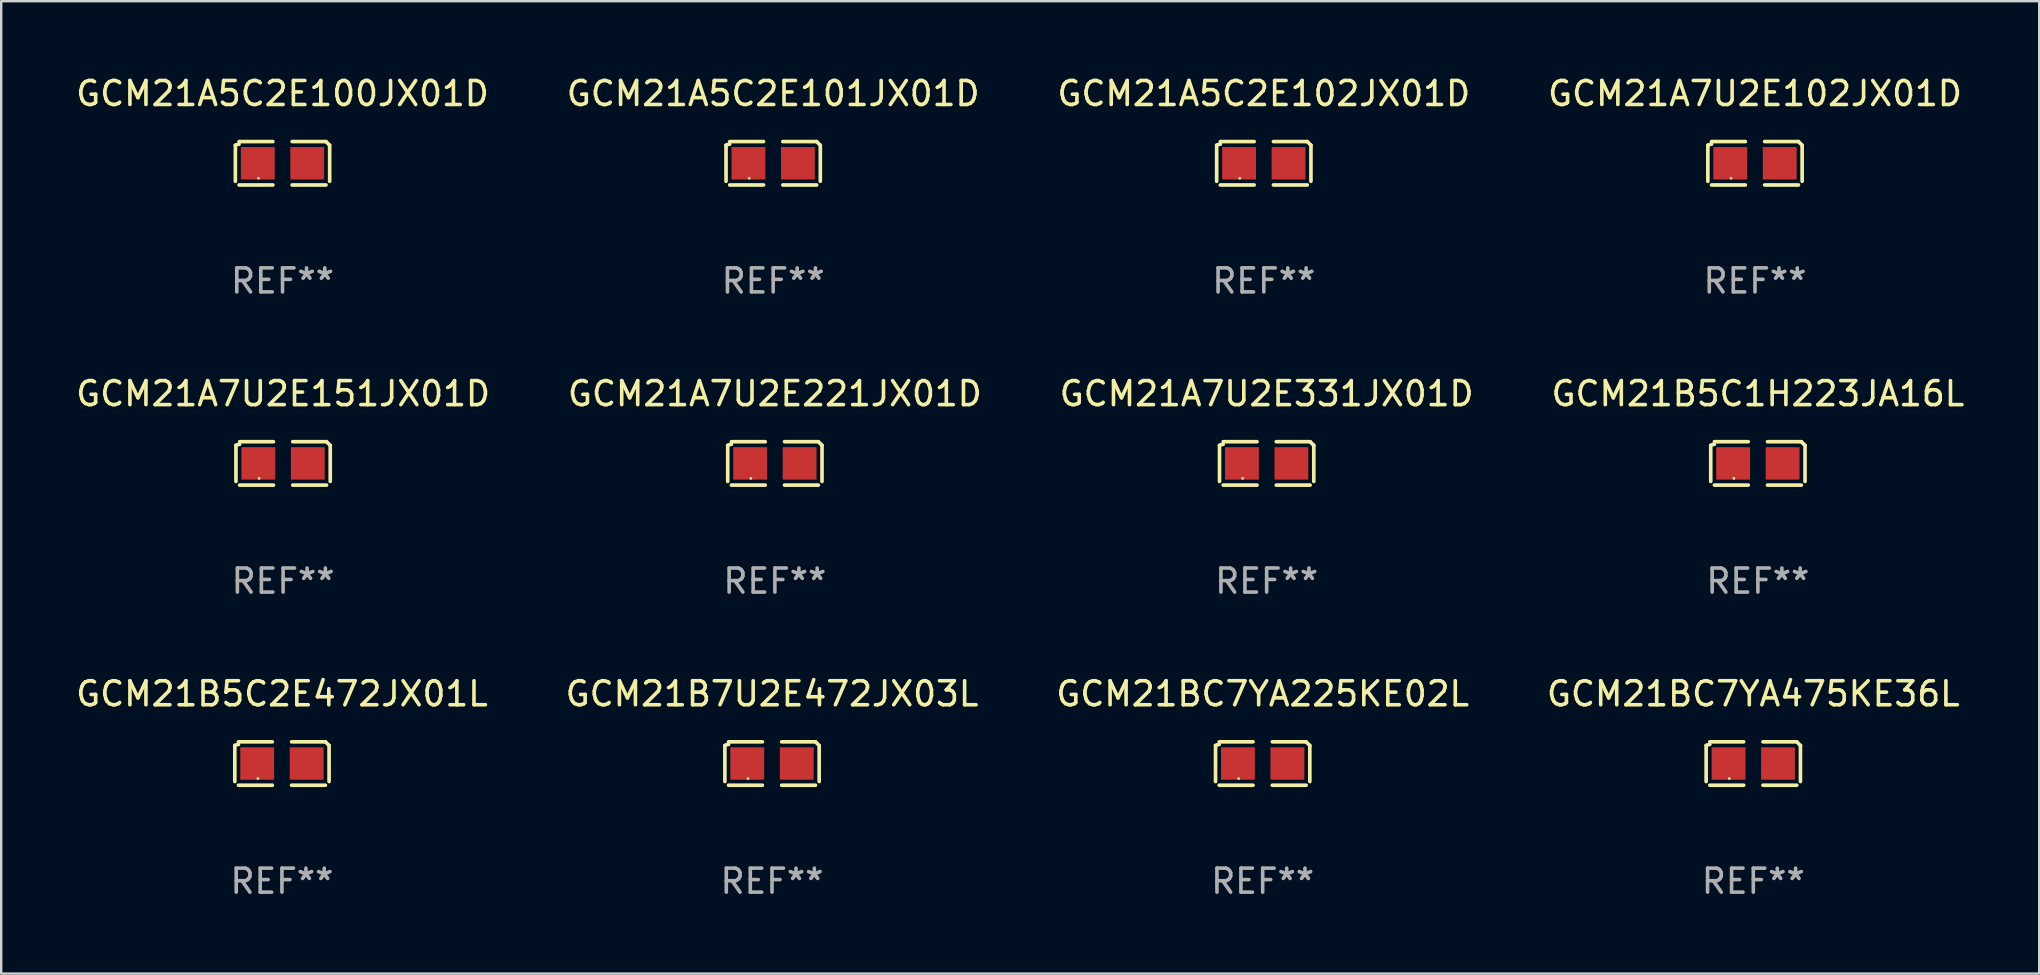
<source format=kicad_pcb>
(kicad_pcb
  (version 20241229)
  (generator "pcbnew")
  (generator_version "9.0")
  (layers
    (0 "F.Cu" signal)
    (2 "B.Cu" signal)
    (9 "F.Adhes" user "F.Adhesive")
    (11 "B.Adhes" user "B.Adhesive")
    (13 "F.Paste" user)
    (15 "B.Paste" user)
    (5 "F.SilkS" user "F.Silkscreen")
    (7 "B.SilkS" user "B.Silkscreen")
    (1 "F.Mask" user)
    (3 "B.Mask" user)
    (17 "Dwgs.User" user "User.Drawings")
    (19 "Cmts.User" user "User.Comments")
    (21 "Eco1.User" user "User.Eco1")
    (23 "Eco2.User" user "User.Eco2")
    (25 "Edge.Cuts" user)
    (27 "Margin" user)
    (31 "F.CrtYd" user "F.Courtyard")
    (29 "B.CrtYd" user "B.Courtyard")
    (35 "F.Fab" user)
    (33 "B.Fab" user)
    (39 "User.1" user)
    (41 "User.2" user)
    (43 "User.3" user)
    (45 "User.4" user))
  (footprint "GCM21B5C2E472JX01L"
    (layer "F.Cu")
    (at 8.696 28.759)
    (property "Reference" "GCM21B5C2E472JX01L" (at 0 -2.904 0) (layer "F.SilkS") (effects (font (size 1 1) (thickness 0.15))))
    (attr through_hole)
    (fp_line (start -1.964 0.751) (end -1.964 -0.751) (stroke (width 0.152) (type solid)) (layer "F.SilkS"))
    (fp_line (start -1.811 -0.904) (end -0.401 -0.904) (stroke (width 0.152) (type solid)) (layer "F.SilkS"))
    (fp_line (start -0.401 0.904) (end -1.811 0.904) (stroke (width 0.152) (type solid)) (layer "F.SilkS"))
    (fp_line (start 0.401 0.904) (end 1.811 0.904) (stroke (width 0.152) (type solid)) (layer "F.SilkS"))
    (fp_line (start 1.811 -0.904) (end 0.401 -0.904) (stroke (width 0.152) (type solid)) (layer "F.SilkS"))
    (fp_line (start 1.964 0.751) (end 1.964 -0.751) (stroke (width 0.152) (type solid)) (layer "F.SilkS"))
    (fp_arc (start -1.963602 -0.751207) (mid -1.890354 -0.783131) (end -1.811201 -0.794044) (stroke (width 0.1524) (type solid)) (layer "F.SilkS"))
    (fp_arc (start 1.811202 -0.903607) (mid 1.887413 -0.827418) (end 1.963602 -0.751207) (stroke (width 0.1524) (type solid)) (layer "F.SilkS"))
    (fp_circle (center -1 0.625) (end -0.97 0.625) (stroke (width 0.06) (type solid)) (fill no) (layer "F.SilkS"))
    (fp_text user "REF**" (at 0 4.904 0) (layer "F.Fab") (effects (font (size 1 1) (thickness 0.15))))
    (pad "1" smd rect (at -1.03 0) (size 1.41 1.35) (layers "F.Cu" "F.Mask" "F.Paste"))
    (pad "2" smd rect (at 1.03 0) (size 1.41 1.35) (layers "F.Cu" "F.Mask" "F.Paste")))
  (footprint "GCM21A5C2E101JX01D"
    (layer "F.Cu")
    (at 29.161 3.752)
    (property "Reference" "GCM21A5C2E101JX01D" (at 0 -2.904 0) (layer "F.SilkS") (effects (font (size 1 1) (thickness 0.15))))
    (attr through_hole)
    (fp_line (start -1.964 0.751) (end -1.964 -0.751) (stroke (width 0.152) (type solid)) (layer "F.SilkS"))
    (fp_line (start -1.811 -0.904) (end -0.401 -0.904) (stroke (width 0.152) (type solid)) (layer "F.SilkS"))
    (fp_line (start -0.401 0.904) (end -1.811 0.904) (stroke (width 0.152) (type solid)) (layer "F.SilkS"))
    (fp_line (start 0.401 0.904) (end 1.811 0.904) (stroke (width 0.152) (type solid)) (layer "F.SilkS"))
    (fp_line (start 1.811 -0.904) (end 0.401 -0.904) (stroke (width 0.152) (type solid)) (layer "F.SilkS"))
    (fp_line (start 1.964 0.751) (end 1.964 -0.751) (stroke (width 0.152) (type solid)) (layer "F.SilkS"))
    (fp_arc (start -1.963602 -0.751207) (mid -1.890354 -0.783131) (end -1.811201 -0.794044) (stroke (width 0.1524) (type solid)) (layer "F.SilkS"))
    (fp_arc (start 1.811202 -0.903607) (mid 1.887413 -0.827418) (end 1.963602 -0.751207) (stroke (width 0.1524) (type solid)) (layer "F.SilkS"))
    (fp_circle (center -1 0.625) (end -0.97 0.625) (stroke (width 0.06) (type solid)) (fill no) (layer "F.SilkS"))
    (fp_text user "REF**" (at 0 4.904 0) (layer "F.Fab") (effects (font (size 1 1) (thickness 0.15))))
    (pad "1" smd rect (at -1.03 0) (size 1.41 1.35) (layers "F.Cu" "F.Mask" "F.Paste"))
    (pad "2" smd rect (at 1.03 0) (size 1.41 1.35) (layers "F.Cu" "F.Mask" "F.Paste")))
  (footprint "GCM21BC7YA475KE36L"
    (layer "F.Cu")
    (at 69.994 28.759)
    (property "Reference" "GCM21BC7YA475KE36L" (at 0 -2.904 0) (layer "F.SilkS") (effects (font (size 1 1) (thickness 0.15))))
    (attr through_hole)
    (fp_line (start -1.964 0.751) (end -1.964 -0.751) (stroke (width 0.152) (type solid)) (layer "F.SilkS"))
    (fp_line (start -1.811 -0.904) (end -0.401 -0.904) (stroke (width 0.152) (type solid)) (layer "F.SilkS"))
    (fp_line (start -0.401 0.904) (end -1.811 0.904) (stroke (width 0.152) (type solid)) (layer "F.SilkS"))
    (fp_line (start 0.401 0.904) (end 1.811 0.904) (stroke (width 0.152) (type solid)) (layer "F.SilkS"))
    (fp_line (start 1.811 -0.904) (end 0.401 -0.904) (stroke (width 0.152) (type solid)) (layer "F.SilkS"))
    (fp_line (start 1.964 0.751) (end 1.964 -0.751) (stroke (width 0.152) (type solid)) (layer "F.SilkS"))
    (fp_arc (start -1.963602 -0.751207) (mid -1.890354 -0.783131) (end -1.811201 -0.794044) (stroke (width 0.1524) (type solid)) (layer "F.SilkS"))
    (fp_arc (start 1.811202 -0.903607) (mid 1.887413 -0.827418) (end 1.963602 -0.751207) (stroke (width 0.1524) (type solid)) (layer "F.SilkS"))
    (fp_circle (center -1 0.625) (end -0.97 0.625) (stroke (width 0.06) (type solid)) (fill no) (layer "F.SilkS"))
    (fp_text user "REF**" (at 0 4.904 0) (layer "F.Fab") (effects (font (size 1 1) (thickness 0.15))))
    (pad "1" smd rect (at -1.03 0) (size 1.41 1.35) (layers "F.Cu" "F.Mask" "F.Paste"))
    (pad "2" smd rect (at 1.03 0) (size 1.41 1.35) (layers "F.Cu" "F.Mask" "F.Paste")))
  (footprint "GCM21B7U2E472JX03L"
    (layer "F.Cu")
    (at 29.113 28.759)
    (property "Reference" "GCM21B7U2E472JX03L" (at 0 -2.904 0) (layer "F.SilkS") (effects (font (size 1 1) (thickness 0.15))))
    (attr through_hole)
    (fp_line (start -1.964 0.751) (end -1.964 -0.751) (stroke (width 0.152) (type solid)) (layer "F.SilkS"))
    (fp_line (start -1.811 -0.904) (end -0.401 -0.904) (stroke (width 0.152) (type solid)) (layer "F.SilkS"))
    (fp_line (start -0.401 0.904) (end -1.811 0.904) (stroke (width 0.152) (type solid)) (layer "F.SilkS"))
    (fp_line (start 0.401 0.904) (end 1.811 0.904) (stroke (width 0.152) (type solid)) (layer "F.SilkS"))
    (fp_line (start 1.811 -0.904) (end 0.401 -0.904) (stroke (width 0.152) (type solid)) (layer "F.SilkS"))
    (fp_line (start 1.964 0.751) (end 1.964 -0.751) (stroke (width 0.152) (type solid)) (layer "F.SilkS"))
    (fp_arc (start -1.963602 -0.751207) (mid -1.890354 -0.783131) (end -1.811201 -0.794044) (stroke (width 0.1524) (type solid)) (layer "F.SilkS"))
    (fp_arc (start 1.811202 -0.903607) (mid 1.887413 -0.827418) (end 1.963602 -0.751207) (stroke (width 0.1524) (type solid)) (layer "F.SilkS"))
    (fp_circle (center -1 0.625) (end -0.97 0.625) (stroke (width 0.06) (type solid)) (fill no) (layer "F.SilkS"))
    (fp_text user "REF**" (at 0 4.904 0) (layer "F.Fab") (effects (font (size 1 1) (thickness 0.15))))
    (pad "1" smd rect (at -1.03 0) (size 1.41 1.35) (layers "F.Cu" "F.Mask" "F.Paste"))
    (pad "2" smd rect (at 1.03 0) (size 1.41 1.35) (layers "F.Cu" "F.Mask" "F.Paste")))
  (footprint "GCM21A7U2E151JX01D"
    (layer "F.Cu")
    (at 8.744 16.256)
    (property "Reference" "GCM21A7U2E151JX01D" (at 0 -2.904 0) (layer "F.SilkS") (effects (font (size 1 1) (thickness 0.15))))
    (attr through_hole)
    (fp_line (start -1.964 0.751) (end -1.964 -0.751) (stroke (width 0.152) (type solid)) (layer "F.SilkS"))
    (fp_line (start -1.811 -0.904) (end -0.401 -0.904) (stroke (width 0.152) (type solid)) (layer "F.SilkS"))
    (fp_line (start -0.401 0.904) (end -1.811 0.904) (stroke (width 0.152) (type solid)) (layer "F.SilkS"))
    (fp_line (start 0.401 0.904) (end 1.811 0.904) (stroke (width 0.152) (type solid)) (layer "F.SilkS"))
    (fp_line (start 1.811 -0.904) (end 0.401 -0.904) (stroke (width 0.152) (type solid)) (layer "F.SilkS"))
    (fp_line (start 1.964 0.751) (end 1.964 -0.751) (stroke (width 0.152) (type solid)) (layer "F.SilkS"))
    (fp_arc (start -1.963602 -0.751207) (mid -1.890354 -0.783131) (end -1.811201 -0.794044) (stroke (width 0.1524) (type solid)) (layer "F.SilkS"))
    (fp_arc (start 1.811202 -0.903607) (mid 1.887413 -0.827418) (end 1.963602 -0.751207) (stroke (width 0.1524) (type solid)) (layer "F.SilkS"))
    (fp_circle (center -1 0.625) (end -0.97 0.625) (stroke (width 0.06) (type solid)) (fill no) (layer "F.SilkS"))
    (fp_text user "REF**" (at 0 4.904 0) (layer "F.Fab") (effects (font (size 1 1) (thickness 0.15))))
    (pad "1" smd rect (at -1.03 0) (size 1.41 1.35) (layers "F.Cu" "F.Mask" "F.Paste"))
    (pad "2" smd rect (at 1.03 0) (size 1.41 1.35) (layers "F.Cu" "F.Mask" "F.Paste")))
  (footprint "GCM21A7U2E102JX01D"
    (layer "F.Cu")
    (at 70.065 3.752)
    (property "Reference" "GCM21A7U2E102JX01D" (at 0 -2.904 0) (layer "F.SilkS") (effects (font (size 1 1) (thickness 0.15))))
    (attr through_hole)
    (fp_line (start -1.964 0.751) (end -1.964 -0.751) (stroke (width 0.152) (type solid)) (layer "F.SilkS"))
    (fp_line (start -1.811 -0.904) (end -0.401 -0.904) (stroke (width 0.152) (type solid)) (layer "F.SilkS"))
    (fp_line (start -0.401 0.904) (end -1.811 0.904) (stroke (width 0.152) (type solid)) (layer "F.SilkS"))
    (fp_line (start 0.401 0.904) (end 1.811 0.904) (stroke (width 0.152) (type solid)) (layer "F.SilkS"))
    (fp_line (start 1.811 -0.904) (end 0.401 -0.904) (stroke (width 0.152) (type solid)) (layer "F.SilkS"))
    (fp_line (start 1.964 0.751) (end 1.964 -0.751) (stroke (width 0.152) (type solid)) (layer "F.SilkS"))
    (fp_arc (start -1.963602 -0.751207) (mid -1.890354 -0.783131) (end -1.811201 -0.794044) (stroke (width 0.1524) (type solid)) (layer "F.SilkS"))
    (fp_arc (start 1.811202 -0.903607) (mid 1.887413 -0.827418) (end 1.963602 -0.751207) (stroke (width 0.1524) (type solid)) (layer "F.SilkS"))
    (fp_circle (center -1 0.625) (end -0.97 0.625) (stroke (width 0.06) (type solid)) (fill no) (layer "F.SilkS"))
    (fp_text user "REF**" (at 0 4.904 0) (layer "F.Fab") (effects (font (size 1 1) (thickness 0.15))))
    (pad "1" smd rect (at -1.03 0) (size 1.41 1.35) (layers "F.Cu" "F.Mask" "F.Paste"))
    (pad "2" smd rect (at 1.03 0) (size 1.41 1.35) (layers "F.Cu" "F.Mask" "F.Paste")))
  (footprint "GCM21A5C2E100JX01D"
    (layer "F.Cu")
    (at 8.72 3.752)
    (property "Reference" "GCM21A5C2E100JX01D" (at 0 -2.904 0) (layer "F.SilkS") (effects (font (size 1 1) (thickness 0.15))))
    (attr through_hole)
    (fp_line (start -1.964 0.751) (end -1.964 -0.751) (stroke (width 0.152) (type solid)) (layer "F.SilkS"))
    (fp_line (start -1.811 -0.904) (end -0.401 -0.904) (stroke (width 0.152) (type solid)) (layer "F.SilkS"))
    (fp_line (start -0.401 0.904) (end -1.811 0.904) (stroke (width 0.152) (type solid)) (layer "F.SilkS"))
    (fp_line (start 0.401 0.904) (end 1.811 0.904) (stroke (width 0.152) (type solid)) (layer "F.SilkS"))
    (fp_line (start 1.811 -0.904) (end 0.401 -0.904) (stroke (width 0.152) (type solid)) (layer "F.SilkS"))
    (fp_line (start 1.964 0.751) (end 1.964 -0.751) (stroke (width 0.152) (type solid)) (layer "F.SilkS"))
    (fp_arc (start -1.963602 -0.751207) (mid -1.890354 -0.783131) (end -1.811201 -0.794044) (stroke (width 0.1524) (type solid)) (layer "F.SilkS"))
    (fp_arc (start 1.811202 -0.903607) (mid 1.887413 -0.827418) (end 1.963602 -0.751207) (stroke (width 0.1524) (type solid)) (layer "F.SilkS"))
    (fp_circle (center -1 0.625) (end -0.97 0.625) (stroke (width 0.06) (type solid)) (fill no) (layer "F.SilkS"))
    (fp_text user "REF**" (at 0 4.904 0) (layer "F.Fab") (effects (font (size 1 1) (thickness 0.15))))
    (pad "1" smd rect (at -1.03 0) (size 1.41 1.35) (layers "F.Cu" "F.Mask" "F.Paste"))
    (pad "2" smd rect (at 1.03 0) (size 1.41 1.35) (layers "F.Cu" "F.Mask" "F.Paste")))
  (footprint "GCM21A5C2E102JX01D"
    (layer "F.Cu")
    (at 49.601 3.752)
    (property "Reference" "GCM21A5C2E102JX01D" (at 0 -2.904 0) (layer "F.SilkS") (effects (font (size 1 1) (thickness 0.15))))
    (attr through_hole)
    (fp_line (start -1.964 0.751) (end -1.964 -0.751) (stroke (width 0.152) (type solid)) (layer "F.SilkS"))
    (fp_line (start -1.811 -0.904) (end -0.401 -0.904) (stroke (width 0.152) (type solid)) (layer "F.SilkS"))
    (fp_line (start -0.401 0.904) (end -1.811 0.904) (stroke (width 0.152) (type solid)) (layer "F.SilkS"))
    (fp_line (start 0.401 0.904) (end 1.811 0.904) (stroke (width 0.152) (type solid)) (layer "F.SilkS"))
    (fp_line (start 1.811 -0.904) (end 0.401 -0.904) (stroke (width 0.152) (type solid)) (layer "F.SilkS"))
    (fp_line (start 1.964 0.751) (end 1.964 -0.751) (stroke (width 0.152) (type solid)) (layer "F.SilkS"))
    (fp_arc (start -1.963602 -0.751207) (mid -1.890354 -0.783131) (end -1.811201 -0.794044) (stroke (width 0.1524) (type solid)) (layer "F.SilkS"))
    (fp_arc (start 1.811202 -0.903607) (mid 1.887413 -0.827418) (end 1.963602 -0.751207) (stroke (width 0.1524) (type solid)) (layer "F.SilkS"))
    (fp_circle (center -1 0.625) (end -0.97 0.625) (stroke (width 0.06) (type solid)) (fill no) (layer "F.SilkS"))
    (fp_text user "REF**" (at 0 4.904 0) (layer "F.Fab") (effects (font (size 1 1) (thickness 0.15))))
    (pad "1" smd rect (at -1.03 0) (size 1.41 1.35) (layers "F.Cu" "F.Mask" "F.Paste"))
    (pad "2" smd rect (at 1.03 0) (size 1.41 1.35) (layers "F.Cu" "F.Mask" "F.Paste")))
  (footprint "GCM21B5C1H223JA16L"
    (layer "F.Cu")
    (at 70.185 16.256)
    (property "Reference" "GCM21B5C1H223JA16L" (at 0 -2.904 0) (layer "F.SilkS") (effects (font (size 1 1) (thickness 0.15))))
    (attr through_hole)
    (fp_line (start -1.964 0.751) (end -1.964 -0.751) (stroke (width 0.152) (type solid)) (layer "F.SilkS"))
    (fp_line (start -1.811 -0.904) (end -0.401 -0.904) (stroke (width 0.152) (type solid)) (layer "F.SilkS"))
    (fp_line (start -0.401 0.904) (end -1.811 0.904) (stroke (width 0.152) (type solid)) (layer "F.SilkS"))
    (fp_line (start 0.401 0.904) (end 1.811 0.904) (stroke (width 0.152) (type solid)) (layer "F.SilkS"))
    (fp_line (start 1.811 -0.904) (end 0.401 -0.904) (stroke (width 0.152) (type solid)) (layer "F.SilkS"))
    (fp_line (start 1.964 0.751) (end 1.964 -0.751) (stroke (width 0.152) (type solid)) (layer "F.SilkS"))
    (fp_arc (start -1.963602 -0.751207) (mid -1.890354 -0.783131) (end -1.811201 -0.794044) (stroke (width 0.1524) (type solid)) (layer "F.SilkS"))
    (fp_arc (start 1.811202 -0.903607) (mid 1.887413 -0.827418) (end 1.963602 -0.751207) (stroke (width 0.1524) (type solid)) (layer "F.SilkS"))
    (fp_circle (center -1 0.625) (end -0.97 0.625) (stroke (width 0.06) (type solid)) (fill no) (layer "F.SilkS"))
    (fp_text user "REF**" (at 0 4.904 0) (layer "F.Fab") (effects (font (size 1 1) (thickness 0.15))))
    (pad "1" smd rect (at -1.03 0) (size 1.41 1.35) (layers "F.Cu" "F.Mask" "F.Paste"))
    (pad "2" smd rect (at 1.03 0) (size 1.41 1.35) (layers "F.Cu" "F.Mask" "F.Paste")))
  (footprint "GCM21A7U2E331JX01D"
    (layer "F.Cu")
    (at 49.72 16.256)
    (property "Reference" "GCM21A7U2E331JX01D" (at 0 -2.904 0) (layer "F.SilkS") (effects (font (size 1 1) (thickness 0.15))))
    (attr through_hole)
    (fp_line (start -1.964 0.751) (end -1.964 -0.751) (stroke (width 0.152) (type solid)) (layer "F.SilkS"))
    (fp_line (start -1.811 -0.904) (end -0.401 -0.904) (stroke (width 0.152) (type solid)) (layer "F.SilkS"))
    (fp_line (start -0.401 0.904) (end -1.811 0.904) (stroke (width 0.152) (type solid)) (layer "F.SilkS"))
    (fp_line (start 0.401 0.904) (end 1.811 0.904) (stroke (width 0.152) (type solid)) (layer "F.SilkS"))
    (fp_line (start 1.811 -0.904) (end 0.401 -0.904) (stroke (width 0.152) (type solid)) (layer "F.SilkS"))
    (fp_line (start 1.964 0.751) (end 1.964 -0.751) (stroke (width 0.152) (type solid)) (layer "F.SilkS"))
    (fp_arc (start -1.963602 -0.751207) (mid -1.890354 -0.783131) (end -1.811201 -0.794044) (stroke (width 0.1524) (type solid)) (layer "F.SilkS"))
    (fp_arc (start 1.811202 -0.903607) (mid 1.887413 -0.827418) (end 1.963602 -0.751207) (stroke (width 0.1524) (type solid)) (layer "F.SilkS"))
    (fp_circle (center -1 0.625) (end -0.97 0.625) (stroke (width 0.06) (type solid)) (fill no) (layer "F.SilkS"))
    (fp_text user "REF**" (at 0 4.904 0) (layer "F.Fab") (effects (font (size 1 1) (thickness 0.15))))
    (pad "1" smd rect (at -1.03 0) (size 1.41 1.35) (layers "F.Cu" "F.Mask" "F.Paste"))
    (pad "2" smd rect (at 1.03 0) (size 1.41 1.35) (layers "F.Cu" "F.Mask" "F.Paste")))
  (footprint "GCM21A7U2E221JX01D"
    (layer "F.Cu")
    (at 29.232 16.256)
    (property "Reference" "GCM21A7U2E221JX01D" (at 0 -2.904 0) (layer "F.SilkS") (effects (font (size 1 1) (thickness 0.15))))
    (attr through_hole)
    (fp_line (start -1.964 0.751) (end -1.964 -0.751) (stroke (width 0.152) (type solid)) (layer "F.SilkS"))
    (fp_line (start -1.811 -0.904) (end -0.401 -0.904) (stroke (width 0.152) (type solid)) (layer "F.SilkS"))
    (fp_line (start -0.401 0.904) (end -1.811 0.904) (stroke (width 0.152) (type solid)) (layer "F.SilkS"))
    (fp_line (start 0.401 0.904) (end 1.811 0.904) (stroke (width 0.152) (type solid)) (layer "F.SilkS"))
    (fp_line (start 1.811 -0.904) (end 0.401 -0.904) (stroke (width 0.152) (type solid)) (layer "F.SilkS"))
    (fp_line (start 1.964 0.751) (end 1.964 -0.751) (stroke (width 0.152) (type solid)) (layer "F.SilkS"))
    (fp_arc (start -1.963602 -0.751207) (mid -1.890354 -0.783131) (end -1.811201 -0.794044) (stroke (width 0.1524) (type solid)) (layer "F.SilkS"))
    (fp_arc (start 1.811202 -0.903607) (mid 1.887413 -0.827418) (end 1.963602 -0.751207) (stroke (width 0.1524) (type solid)) (layer "F.SilkS"))
    (fp_circle (center -1 0.625) (end -0.97 0.625) (stroke (width 0.06) (type solid)) (fill no) (layer "F.SilkS"))
    (fp_text user "REF**" (at 0 4.904 0) (layer "F.Fab") (effects (font (size 1 1) (thickness 0.15))))
    (pad "1" smd rect (at -1.03 0) (size 1.41 1.35) (layers "F.Cu" "F.Mask" "F.Paste"))
    (pad "2" smd rect (at 1.03 0) (size 1.41 1.35) (layers "F.Cu" "F.Mask" "F.Paste")))
  (footprint "GCM21BC7YA225KE02L"
    (layer "F.Cu")
    (at 49.554 28.759)
    (property "Reference" "GCM21BC7YA225KE02L" (at 0 -2.904 0) (layer "F.SilkS") (effects (font (size 1 1) (thickness 0.15))))
    (attr through_hole)
    (fp_line (start -1.964 0.751) (end -1.964 -0.751) (stroke (width 0.152) (type solid)) (layer "F.SilkS"))
    (fp_line (start -1.811 -0.904) (end -0.401 -0.904) (stroke (width 0.152) (type solid)) (layer "F.SilkS"))
    (fp_line (start -0.401 0.904) (end -1.811 0.904) (stroke (width 0.152) (type solid)) (layer "F.SilkS"))
    (fp_line (start 0.401 0.904) (end 1.811 0.904) (stroke (width 0.152) (type solid)) (layer "F.SilkS"))
    (fp_line (start 1.811 -0.904) (end 0.401 -0.904) (stroke (width 0.152) (type solid)) (layer "F.SilkS"))
    (fp_line (start 1.964 0.751) (end 1.964 -0.751) (stroke (width 0.152) (type solid)) (layer "F.SilkS"))
    (fp_arc (start -1.963602 -0.751207) (mid -1.890354 -0.783131) (end -1.811201 -0.794044) (stroke (width 0.1524) (type solid)) (layer "F.SilkS"))
    (fp_arc (start 1.811202 -0.903607) (mid 1.887413 -0.827418) (end 1.963602 -0.751207) (stroke (width 0.1524) (type solid)) (layer "F.SilkS"))
    (fp_circle (center -1 0.625) (end -0.97 0.625) (stroke (width 0.06) (type solid)) (fill no) (layer "F.SilkS"))
    (fp_text user "REF**" (at 0 4.904 0) (layer "F.Fab") (effects (font (size 1 1) (thickness 0.15))))
    (pad "1" smd rect (at -1.03 0) (size 1.41 1.35) (layers "F.Cu" "F.Mask" "F.Paste"))
    (pad "2" smd rect (at 1.03 0) (size 1.41 1.35) (layers "F.Cu" "F.Mask" "F.Paste")))
  (gr_rect
    (start -3 -3)
    (end 81.905 37.511)
    (stroke (width 0.1) (type default))
    (fill no)
    (layer "Edge.Cuts")))
</source>
